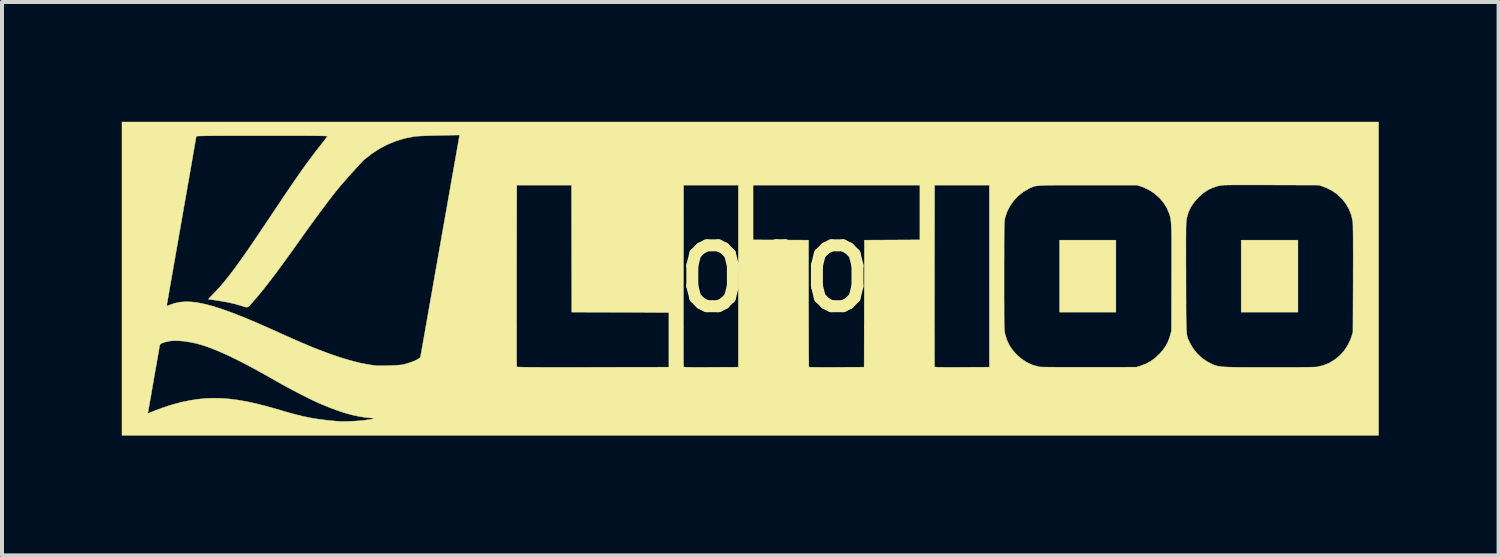
<source format=kicad_pcb>
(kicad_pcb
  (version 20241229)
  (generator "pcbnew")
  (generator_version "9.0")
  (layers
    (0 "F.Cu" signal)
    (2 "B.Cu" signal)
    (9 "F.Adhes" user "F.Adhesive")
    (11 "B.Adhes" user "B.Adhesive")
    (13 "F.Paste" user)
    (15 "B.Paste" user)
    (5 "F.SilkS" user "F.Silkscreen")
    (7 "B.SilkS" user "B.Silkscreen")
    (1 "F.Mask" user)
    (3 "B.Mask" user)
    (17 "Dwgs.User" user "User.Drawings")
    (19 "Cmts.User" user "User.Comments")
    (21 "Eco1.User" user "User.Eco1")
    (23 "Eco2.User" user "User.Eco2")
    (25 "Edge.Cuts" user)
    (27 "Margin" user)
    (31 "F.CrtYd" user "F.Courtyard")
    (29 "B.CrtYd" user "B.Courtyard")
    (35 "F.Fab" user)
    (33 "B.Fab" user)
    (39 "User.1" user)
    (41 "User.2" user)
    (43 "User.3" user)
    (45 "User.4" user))
  (footprint "LOGO"
    (layer "F.Cu")
    (at 15.74 3.929)
    (property "Reference" "LOGO" (at 0 0 0) (layer "F.SilkS") (effects (font (size 1.524 1.524) (thickness 0.3))))
    (attr through_hole)
    (fp_poly (pts (xy 9.157 0.838) (xy 7.747 0.838) (xy 7.747 -0.965) (xy 9.157 -0.965) (xy 9.157 0.838)) (stroke (width 0.01) (type solid)) (fill yes) (layer "F.SilkS"))
    (fp_poly (pts (xy 13.716 0.838) (xy 12.294 0.838) (xy 12.294 -0.965) (xy 13.716 -0.965) (xy 13.716 0.838)) (stroke (width 0.01) (type solid)) (fill yes) (layer "F.SilkS"))
    (fp_poly (pts (xy 15.735 3.924) (xy -15.735 3.924) (xy -15.735 3.379) (xy -15.089 3.379) (xy -15.041 3.358) (xy -14.889 3.297) (xy -14.726 3.237) (xy -14.559 3.181) (xy -14.395 3.133) (xy -14.242 3.093) (xy -14.187 3.081) (xy -13.995 3.043) (xy -13.807 3.016) (xy -13.62 2.999) (xy -13.433 2.993) (xy -13.243 2.997) (xy -13.046 3.012) (xy -12.842 3.038) (xy -12.627 3.075) (xy -12.398 3.124) (xy -12.154 3.185) (xy -11.892 3.258) (xy -11.728 3.306) (xy -11.533 3.363) (xy -11.353 3.411) (xy -11.181 3.452) (xy -11.012 3.486) (xy -10.84 3.515) (xy -10.659 3.539) (xy -10.462 3.56) (xy -10.312 3.574) (xy -10.251 3.577) (xy -10.171 3.577) (xy -10.077 3.575) (xy -9.977 3.571) (xy -9.875 3.565) (xy -9.779 3.558) (xy -9.693 3.55) (xy -9.639 3.543) (xy -9.549 3.529) (xy -9.482 3.518) (xy -9.438 3.51) (xy -9.415 3.504) (xy -9.412 3.499) (xy -9.428 3.495) (xy -9.461 3.491) (xy -9.506 3.488) (xy -9.66 3.472) (xy -9.816 3.447) (xy -9.975 3.412) (xy -10.142 3.366) (xy -10.32 3.308) (xy -10.511 3.238) (xy -10.72 3.153) (xy -10.751 3.14) (xy -10.839 3.101) (xy -10.946 3.051) (xy -11.067 2.992) (xy -11.198 2.926) (xy -11.335 2.856) (xy -11.474 2.783) (xy -11.611 2.71) (xy -11.743 2.638) (xy -11.864 2.569) (xy -11.874 2.563) (xy -12.137 2.414) (xy -12.38 2.279) (xy -12.606 2.158) (xy -12.814 2.051) (xy -13.008 1.955) (xy -13.188 1.872) (xy -13.355 1.8) (xy -13.511 1.738) (xy -13.657 1.686) (xy -13.722 1.665) (xy -13.88 1.621) (xy -14.037 1.588) (xy -14.188 1.565) (xy -14.329 1.554) (xy -14.455 1.554) (xy -14.517 1.56) (xy -14.594 1.573) (xy -14.663 1.59) (xy -14.721 1.61) (xy -14.762 1.63) (xy -14.781 1.649) (xy -14.79 1.674) (xy -14.799 1.712) (xy -14.801 1.727) (xy -14.807 1.764) (xy -14.816 1.818) (xy -14.827 1.88) (xy -14.834 1.918) (xy -14.843 1.973) (xy -14.856 2.047) (xy -14.871 2.133) (xy -14.887 2.223) (xy -14.903 2.311) (xy -14.918 2.398) (xy -14.936 2.502) (xy -14.956 2.618) (xy -14.977 2.737) (xy -14.997 2.854) (xy -15.011 2.934) (xy -15.028 3.029) (xy -15.043 3.117) (xy -15.057 3.196) (xy -15.068 3.26) (xy -15.077 3.308) (xy -15.081 3.335) (xy -15.082 3.337) (xy -15.089 3.379) (xy -15.735 3.379) (xy -15.735 0.68) (xy -14.613 0.68) (xy -14.612 0.683) (xy -14.599 0.681) (xy -14.569 0.67) (xy -14.53 0.655) (xy -14.411 0.614) (xy -14.283 0.588) (xy -14.144 0.577) (xy -13.994 0.582) (xy -13.83 0.603) (xy -13.651 0.639) (xy -13.455 0.691) (xy -13.265 0.751) (xy -13.125 0.8) (xy -12.979 0.853) (xy -12.825 0.913) (xy -12.659 0.979) (xy -12.48 1.054) (xy -12.287 1.137) (xy -12.076 1.23) (xy -11.845 1.333) (xy -11.76 1.372) (xy -11.496 1.49) (xy -11.251 1.597) (xy -11.024 1.693) (xy -10.812 1.778) (xy -10.613 1.853) (xy -10.426 1.92) (xy -10.247 1.98) (xy -10.075 2.032) (xy -9.908 2.077) (xy -9.887 2.083) (xy -9.811 2.102) (xy -9.741 2.118) (xy -9.671 2.132) (xy -9.594 2.145) (xy -9.505 2.16) (xy -9.397 2.176) (xy -9.392 2.177) (xy -9.352 2.18) (xy -9.292 2.181) (xy -9.218 2.181) (xy -9.133 2.18) (xy -9.044 2.177) (xy -8.955 2.174) (xy -8.871 2.169) (xy -8.798 2.164) (xy -8.741 2.159) (xy -8.71 2.154) (xy -8.631 2.135) (xy -8.55 2.111) (xy -8.473 2.084) (xy -8.401 2.055) (xy -8.341 2.026) (xy -8.295 1.998) (xy -8.267 1.974) (xy -8.261 1.963) (xy -8.257 1.94) (xy -8.249 1.896) (xy -8.237 1.834) (xy -8.224 1.757) (xy -8.208 1.67) (xy -8.191 1.574) (xy -8.174 1.474) (xy -8.174 1.473) (xy -8.167 1.436) (xy -8.157 1.377) (xy -8.143 1.3) (xy -8.127 1.209) (xy -8.109 1.108) (xy -8.096 1.034) (xy -5.852 1.034) (xy -5.852 1.226) (xy -5.852 1.404) (xy -5.852 1.568) (xy -5.852 1.716) (xy -5.852 1.847) (xy -5.851 1.96) (xy -5.851 2.053) (xy -5.85 2.126) (xy -5.85 2.176) (xy -5.849 2.203) (xy -5.849 2.207) (xy -5.843 2.209) (xy -5.828 2.211) (xy -5.803 2.213) (xy -5.765 2.214) (xy -5.715 2.216) (xy -5.651 2.217) (xy -5.572 2.218) (xy -5.477 2.219) (xy -5.366 2.219) (xy -5.237 2.22) (xy -5.088 2.22) (xy -4.92 2.22) (xy -4.731 2.22) (xy -4.519 2.22) (xy -4.285 2.22) (xy -4.027 2.22) (xy -3.941 2.219) (xy -2.038 2.216) (xy -2.038 1.034) (xy -1.674 1.034) (xy -1.674 1.226) (xy -1.674 1.404) (xy -1.674 1.568) (xy -1.674 1.716) (xy -1.673 1.847) (xy -1.673 1.96) (xy -1.672 2.053) (xy -1.672 2.126) (xy -1.671 2.176) (xy -1.671 2.203) (xy -1.67 2.207) (xy -1.664 2.21) (xy -1.647 2.213) (xy -1.618 2.216) (xy -1.574 2.218) (xy -1.515 2.219) (xy -1.439 2.22) (xy -1.343 2.22) (xy -1.226 2.22) (xy -1.087 2.22) (xy -0.981 2.219) (xy -0.298 2.216) (xy -0.298 -2.343) (xy 0.07 -2.343) (xy 0.07 -0.972) (xy 1.46 -0.965) (xy 1.46 0.62) (xy 1.461 0.819) (xy 1.461 1.01) (xy 1.461 1.193) (xy 1.462 1.366) (xy 1.462 1.528) (xy 1.463 1.676) (xy 1.463 1.809) (xy 1.464 1.926) (xy 1.465 2.025) (xy 1.466 2.105) (xy 1.467 2.164) (xy 1.468 2.201) (xy 1.469 2.214) (xy 1.483 2.216) (xy 1.52 2.217) (xy 1.578 2.218) (xy 1.654 2.219) (xy 1.746 2.22) (xy 1.852 2.22) (xy 1.969 2.22) (xy 2.095 2.22) (xy 2.164 2.219) (xy 2.851 2.216) (xy 2.854 1.034) (xy 4.612 1.034) (xy 4.612 1.226) (xy 4.613 1.404) (xy 4.613 1.568) (xy 4.613 1.716) (xy 4.613 1.847) (xy 4.614 1.96) (xy 4.614 2.053) (xy 4.615 2.126) (xy 4.615 2.176) (xy 4.616 2.203) (xy 4.616 2.207) (xy 4.622 2.21) (xy 4.639 2.213) (xy 4.669 2.216) (xy 4.712 2.218) (xy 4.771 2.219) (xy 4.848 2.22) (xy 4.944 2.22) (xy 5.061 2.22) (xy 5.2 2.22) (xy 5.305 2.219) (xy 5.988 2.216) (xy 5.988 -0.064) (xy 6.356 -0.064) (xy 6.356 0.151) (xy 6.356 0.342) (xy 6.356 0.51) (xy 6.357 0.658) (xy 6.357 0.786) (xy 6.357 0.897) (xy 6.358 0.991) (xy 6.359 1.071) (xy 6.36 1.138) (xy 6.361 1.193) (xy 6.363 1.238) (xy 6.365 1.274) (xy 6.367 1.304) (xy 6.37 1.328) (xy 6.373 1.348) (xy 6.376 1.366) (xy 6.38 1.383) (xy 6.384 1.398) (xy 6.429 1.541) (xy 6.488 1.666) (xy 6.565 1.782) (xy 6.653 1.884) (xy 6.78 1.999) (xy 6.916 2.091) (xy 7.061 2.159) (xy 7.215 2.203) (xy 7.25 2.21) (xy 7.271 2.211) (xy 7.315 2.213) (xy 7.382 2.214) (xy 7.468 2.215) (xy 7.572 2.216) (xy 7.692 2.217) (xy 7.826 2.217) (xy 7.972 2.218) (xy 8.128 2.218) (xy 8.294 2.218) (xy 8.465 2.218) (xy 8.49 2.218) (xy 9.671 2.216) (xy 9.766 2.187) (xy 9.902 2.136) (xy 10.024 2.072) (xy 10.136 1.991) (xy 10.243 1.89) (xy 10.334 1.787) (xy 10.405 1.686) (xy 10.461 1.579) (xy 10.506 1.459) (xy 10.518 1.416) (xy 10.547 1.314) (xy 10.551 0.013) (xy 10.552 -0.211) (xy 10.552 -0.412) (xy 10.552 -0.59) (xy 10.552 -0.743) (xy 10.911 -0.743) (xy 10.911 -0.587) (xy 10.911 -0.41) (xy 10.912 -0.211) (xy 10.912 -0.025) (xy 10.913 0.196) (xy 10.913 0.393) (xy 10.914 0.568) (xy 10.914 0.722) (xy 10.915 0.857) (xy 10.916 0.974) (xy 10.918 1.075) (xy 10.92 1.161) (xy 10.922 1.234) (xy 10.925 1.296) (xy 10.929 1.347) (xy 10.934 1.39) (xy 10.939 1.427) (xy 10.946 1.457) (xy 10.954 1.484) (xy 10.963 1.508) (xy 10.973 1.532) (xy 10.985 1.556) (xy 10.998 1.583) (xy 11.009 1.607) (xy 11.09 1.747) (xy 11.191 1.874) (xy 11.31 1.986) (xy 11.443 2.078) (xy 11.575 2.145) (xy 11.605 2.158) (xy 11.634 2.169) (xy 11.662 2.178) (xy 11.691 2.186) (xy 11.724 2.194) (xy 11.762 2.2) (xy 11.806 2.205) (xy 11.859 2.209) (xy 11.922 2.212) (xy 11.996 2.215) (xy 12.084 2.217) (xy 12.188 2.219) (xy 12.308 2.22) (xy 12.446 2.22) (xy 12.605 2.221) (xy 12.786 2.221) (xy 12.991 2.221) (xy 12.992 2.221) (xy 13.205 2.221) (xy 13.4 2.221) (xy 13.576 2.22) (xy 13.732 2.22) (xy 13.867 2.218) (xy 13.981 2.217) (xy 14.072 2.215) (xy 14.14 2.213) (xy 14.184 2.211) (xy 14.199 2.209) (xy 14.353 2.172) (xy 14.498 2.113) (xy 14.633 2.032) (xy 14.756 1.933) (xy 14.864 1.816) (xy 14.955 1.683) (xy 15.028 1.538) (xy 15.064 1.435) (xy 15.093 1.34) (xy 15.098 0) (xy 15.098 -0.246) (xy 15.099 -0.468) (xy 15.099 -0.665) (xy 15.098 -0.838) (xy 15.098 -0.989) (xy 15.097 -1.117) (xy 15.095 -1.223) (xy 15.094 -1.308) (xy 15.092 -1.372) (xy 15.09 -1.417) (xy 15.088 -1.438) (xy 15.053 -1.593) (xy 14.995 -1.74) (xy 14.917 -1.877) (xy 14.819 -2.001) (xy 14.704 -2.11) (xy 14.573 -2.203) (xy 14.428 -2.276) (xy 14.364 -2.301) (xy 14.243 -2.343) (xy 13.039 -2.347) (xy 12.837 -2.347) (xy 12.659 -2.348) (xy 12.502 -2.348) (xy 12.367 -2.348) (xy 12.25 -2.348) (xy 12.15 -2.348) (xy 12.065 -2.347) (xy 11.995 -2.346) (xy 11.937 -2.345) (xy 11.889 -2.344) (xy 11.851 -2.342) (xy 11.819 -2.34) (xy 11.794 -2.337) (xy 11.772 -2.334) (xy 11.753 -2.33) (xy 11.734 -2.326) (xy 11.729 -2.325) (xy 11.589 -2.282) (xy 11.462 -2.222) (xy 11.343 -2.142) (xy 11.227 -2.039) (xy 11.212 -2.024) (xy 11.111 -1.907) (xy 11.032 -1.789) (xy 10.974 -1.664) (xy 10.934 -1.529) (xy 10.929 -1.505) (xy 10.926 -1.487) (xy 10.923 -1.465) (xy 10.92 -1.439) (xy 10.918 -1.407) (xy 10.916 -1.366) (xy 10.915 -1.317) (xy 10.913 -1.257) (xy 10.912 -1.184) (xy 10.912 -1.098) (xy 10.911 -0.997) (xy 10.911 -0.879) (xy 10.911 -0.743) (xy 10.552 -0.743) (xy 10.552 -0.747) (xy 10.552 -0.885) (xy 10.551 -1.006) (xy 10.55 -1.11) (xy 10.548 -1.2) (xy 10.546 -1.276) (xy 10.543 -1.342) (xy 10.539 -1.397) (xy 10.535 -1.444) (xy 10.53 -1.484) (xy 10.524 -1.519) (xy 10.517 -1.55) (xy 10.51 -1.579) (xy 10.501 -1.608) (xy 10.495 -1.624) (xy 10.435 -1.766) (xy 10.353 -1.899) (xy 10.251 -2.02) (xy 10.133 -2.126) (xy 10.001 -2.215) (xy 9.857 -2.285) (xy 9.779 -2.313) (xy 9.684 -2.343) (xy 8.458 -2.343) (xy 8.249 -2.343) (xy 8.063 -2.343) (xy 7.899 -2.343) (xy 7.756 -2.343) (xy 7.632 -2.342) (xy 7.524 -2.341) (xy 7.433 -2.34) (xy 7.355 -2.337) (xy 7.29 -2.334) (xy 7.235 -2.33) (xy 7.189 -2.326) (xy 7.15 -2.32) (xy 7.118 -2.313) (xy 7.089 -2.305) (xy 7.063 -2.295) (xy 7.037 -2.284) (xy 7.011 -2.271) (xy 6.982 -2.257) (xy 6.963 -2.247) (xy 6.828 -2.168) (xy 6.706 -2.068) (xy 6.597 -1.952) (xy 6.506 -1.823) (xy 6.434 -1.683) (xy 6.384 -1.537) (xy 6.38 -1.518) (xy 6.376 -1.5) (xy 6.373 -1.482) (xy 6.37 -1.46) (xy 6.367 -1.434) (xy 6.365 -1.401) (xy 6.363 -1.362) (xy 6.362 -1.313) (xy 6.36 -1.254) (xy 6.359 -1.182) (xy 6.358 -1.097) (xy 6.358 -0.997) (xy 6.357 -0.88) (xy 6.357 -0.744) (xy 6.357 -0.589) (xy 6.356 -0.413) (xy 6.356 -0.214) (xy 6.356 -0.064) (xy 5.988 -0.064) (xy 5.988 -2.343) (xy 4.616 -2.343) (xy 4.613 -0.076) (xy 4.613 0.162) (xy 4.613 0.393) (xy 4.612 0.617) (xy 4.612 0.831) (xy 4.612 1.034) (xy 2.854 1.034) (xy 2.858 -0.965) (xy 4.248 -0.972) (xy 4.248 -2.343) (xy 0.07 -2.343) (xy -0.298 -2.343) (xy -1.67 -2.343) (xy -1.673 -0.076) (xy -1.674 0.162) (xy -1.674 0.393) (xy -1.674 0.617) (xy -1.674 0.831) (xy -1.674 1.034) (xy -2.038 1.034) (xy -2.038 0.845) (xy -4.47 0.838) (xy -4.477 -2.343) (xy -5.848 -2.343) (xy -5.852 -0.076) (xy -5.852 0.162) (xy -5.852 0.393) (xy -5.852 0.617) (xy -5.852 0.831) (xy -5.852 1.034) (xy -8.096 1.034) (xy -8.09 1) (xy -8.072 0.895) (xy -8.052 0.782) (xy -8.032 0.671) (xy -8.014 0.566) (xy -7.997 0.471) (xy -7.982 0.389) (xy -7.971 0.325) (xy -7.964 0.286) (xy -7.956 0.239) (xy -7.944 0.172) (xy -7.93 0.088) (xy -7.913 -0.008) (xy -7.894 -0.114) (xy -7.875 -0.223) (xy -7.861 -0.298) (xy -7.846 -0.385) (xy -7.827 -0.493) (xy -7.805 -0.62) (xy -7.78 -0.762) (xy -7.752 -0.917) (xy -7.724 -1.081) (xy -7.694 -1.251) (xy -7.663 -1.424) (xy -7.633 -1.597) (xy -7.606 -1.746) (xy -7.577 -1.911) (xy -7.549 -2.075) (xy -7.52 -2.235) (xy -7.493 -2.389) (xy -7.468 -2.534) (xy -7.444 -2.667) (xy -7.423 -2.786) (xy -7.405 -2.889) (xy -7.39 -2.971) (xy -7.38 -3.032) (xy -7.379 -3.035) (xy -7.363 -3.128) (xy -7.346 -3.222) (xy -7.33 -3.31) (xy -7.317 -3.388) (xy -7.306 -3.448) (xy -7.304 -3.459) (xy -7.28 -3.598) (xy -7.777 -3.589) (xy -7.928 -3.586) (xy -8.064 -3.582) (xy -8.182 -3.577) (xy -8.28 -3.572) (xy -8.356 -3.567) (xy -8.406 -3.562) (xy -8.636 -3.518) (xy -8.863 -3.451) (xy -9.081 -3.363) (xy -9.288 -3.255) (xy -9.481 -3.129) (xy -9.566 -3.063) (xy -9.608 -3.029) (xy -9.644 -3.001) (xy -9.668 -2.982) (xy -9.673 -2.978) (xy -9.689 -2.964) (xy -9.718 -2.934) (xy -9.76 -2.889) (xy -9.811 -2.833) (xy -9.87 -2.769) (xy -9.934 -2.698) (xy -10.001 -2.624) (xy -10.068 -2.549) (xy -10.133 -2.475) (xy -10.194 -2.406) (xy -10.248 -2.344) (xy -10.279 -2.307) (xy -10.346 -2.226) (xy -10.426 -2.126) (xy -10.517 -2.008) (xy -10.618 -1.875) (xy -10.728 -1.728) (xy -10.846 -1.57) (xy -10.969 -1.401) (xy -11.097 -1.224) (xy -11.228 -1.041) (xy -11.245 -1.016) (xy -11.401 -0.798) (xy -11.543 -0.6) (xy -11.673 -0.42) (xy -11.793 -0.256) (xy -11.903 -0.108) (xy -12.005 0.026) (xy -12.099 0.148) (xy -12.187 0.26) (xy -12.27 0.362) (xy -12.349 0.456) (xy -12.425 0.544) (xy -12.427 0.546) (xy -12.482 0.609) (xy -12.523 0.656) (xy -12.555 0.687) (xy -12.581 0.706) (xy -12.606 0.714) (xy -12.632 0.713) (xy -12.666 0.704) (xy -12.71 0.689) (xy -12.734 0.682) (xy -12.909 0.631) (xy -13.099 0.589) (xy -13.308 0.552) (xy -13.367 0.544) (xy -13.435 0.534) (xy -13.494 0.526) (xy -13.539 0.52) (xy -13.566 0.516) (xy -13.572 0.515) (xy -13.565 0.506) (xy -13.543 0.482) (xy -13.509 0.446) (xy -13.466 0.402) (xy -13.444 0.379) (xy -13.375 0.306) (xy -13.306 0.232) (xy -13.237 0.153) (xy -13.167 0.069) (xy -13.093 -0.021) (xy -13.017 -0.119) (xy -12.935 -0.227) (xy -12.848 -0.345) (xy -12.755 -0.476) (xy -12.653 -0.619) (xy -12.543 -0.778) (xy -12.424 -0.953) (xy -12.294 -1.145) (xy -12.152 -1.356) (xy -12.014 -1.562) (xy -11.874 -1.772) (xy -11.746 -1.962) (xy -11.63 -2.135) (xy -11.524 -2.292) (xy -11.426 -2.434) (xy -11.336 -2.564) (xy -11.253 -2.683) (xy -11.174 -2.794) (xy -11.1 -2.897) (xy -11.027 -2.995) (xy -10.957 -3.089) (xy -10.886 -3.182) (xy -10.814 -3.274) (xy -10.779 -3.319) (xy -10.728 -3.383) (xy -10.682 -3.443) (xy -10.643 -3.493) (xy -10.613 -3.531) (xy -10.596 -3.554) (xy -10.593 -3.557) (xy -10.591 -3.56) (xy -10.591 -3.564) (xy -10.594 -3.566) (xy -10.601 -3.569) (xy -10.614 -3.571) (xy -10.634 -3.573) (xy -10.662 -3.575) (xy -10.7 -3.576) (xy -10.748 -3.577) (xy -10.809 -3.578) (xy -10.883 -3.579) (xy -10.971 -3.58) (xy -11.076 -3.58) (xy -11.197 -3.581) (xy -11.337 -3.581) (xy -11.497 -3.581) (xy -11.677 -3.581) (xy -11.88 -3.581) (xy -12.106 -3.581) (xy -12.223 -3.581) (xy -12.47 -3.581) (xy -12.692 -3.581) (xy -12.892 -3.581) (xy -13.069 -3.581) (xy -13.226 -3.58) (xy -13.362 -3.579) (xy -13.48 -3.579) (xy -13.58 -3.578) (xy -13.663 -3.577) (xy -13.731 -3.575) (xy -13.784 -3.574) (xy -13.824 -3.572) (xy -13.851 -3.57) (xy -13.868 -3.568) (xy -13.874 -3.566) (xy -13.874 -3.566) (xy -13.877 -3.55) (xy -13.884 -3.512) (xy -13.894 -3.455) (xy -13.907 -3.382) (xy -13.922 -3.296) (xy -13.939 -3.201) (xy -13.951 -3.131) (xy -13.97 -3.019) (xy -13.99 -2.905) (xy -14.009 -2.794) (xy -14.027 -2.69) (xy -14.043 -2.6) (xy -14.055 -2.528) (xy -14.059 -2.508) (xy -14.071 -2.44) (xy -14.087 -2.352) (xy -14.104 -2.252) (xy -14.123 -2.143) (xy -14.143 -2.033) (xy -14.159 -1.937) (xy -14.177 -1.836) (xy -14.194 -1.738) (xy -14.21 -1.647) (xy -14.224 -1.566) (xy -14.235 -1.501) (xy -14.243 -1.457) (xy -14.243 -1.454) (xy -14.25 -1.416) (xy -14.261 -1.356) (xy -14.274 -1.278) (xy -14.29 -1.186) (xy -14.309 -1.082) (xy -14.328 -0.97) (xy -14.348 -0.854) (xy -14.369 -0.737) (xy -14.389 -0.622) (xy -14.408 -0.513) (xy -14.426 -0.414) (xy -14.441 -0.327) (xy -14.453 -0.26) (xy -14.462 -0.205) (xy -14.475 -0.132) (xy -14.49 -0.045) (xy -14.507 0.049) (xy -14.523 0.143) (xy -14.528 0.171) (xy -14.544 0.262) (xy -14.559 0.351) (xy -14.574 0.434) (xy -14.586 0.504) (xy -14.595 0.557) (xy -14.598 0.571) (xy -14.606 0.62) (xy -14.611 0.658) (xy -14.613 0.68) (xy -15.735 0.68) (xy -15.735 -3.924) (xy 15.735 -3.924) (xy 15.735 3.924)) (stroke (width 0.01) (type solid)) (fill yes) (layer "F.SilkS")))
  (gr_rect
    (start -3 -3)
    (end 34.481 10.859)
    (stroke (width 0.1) (type default))
    (fill no)
    (layer "Edge.Cuts")))
</source>
